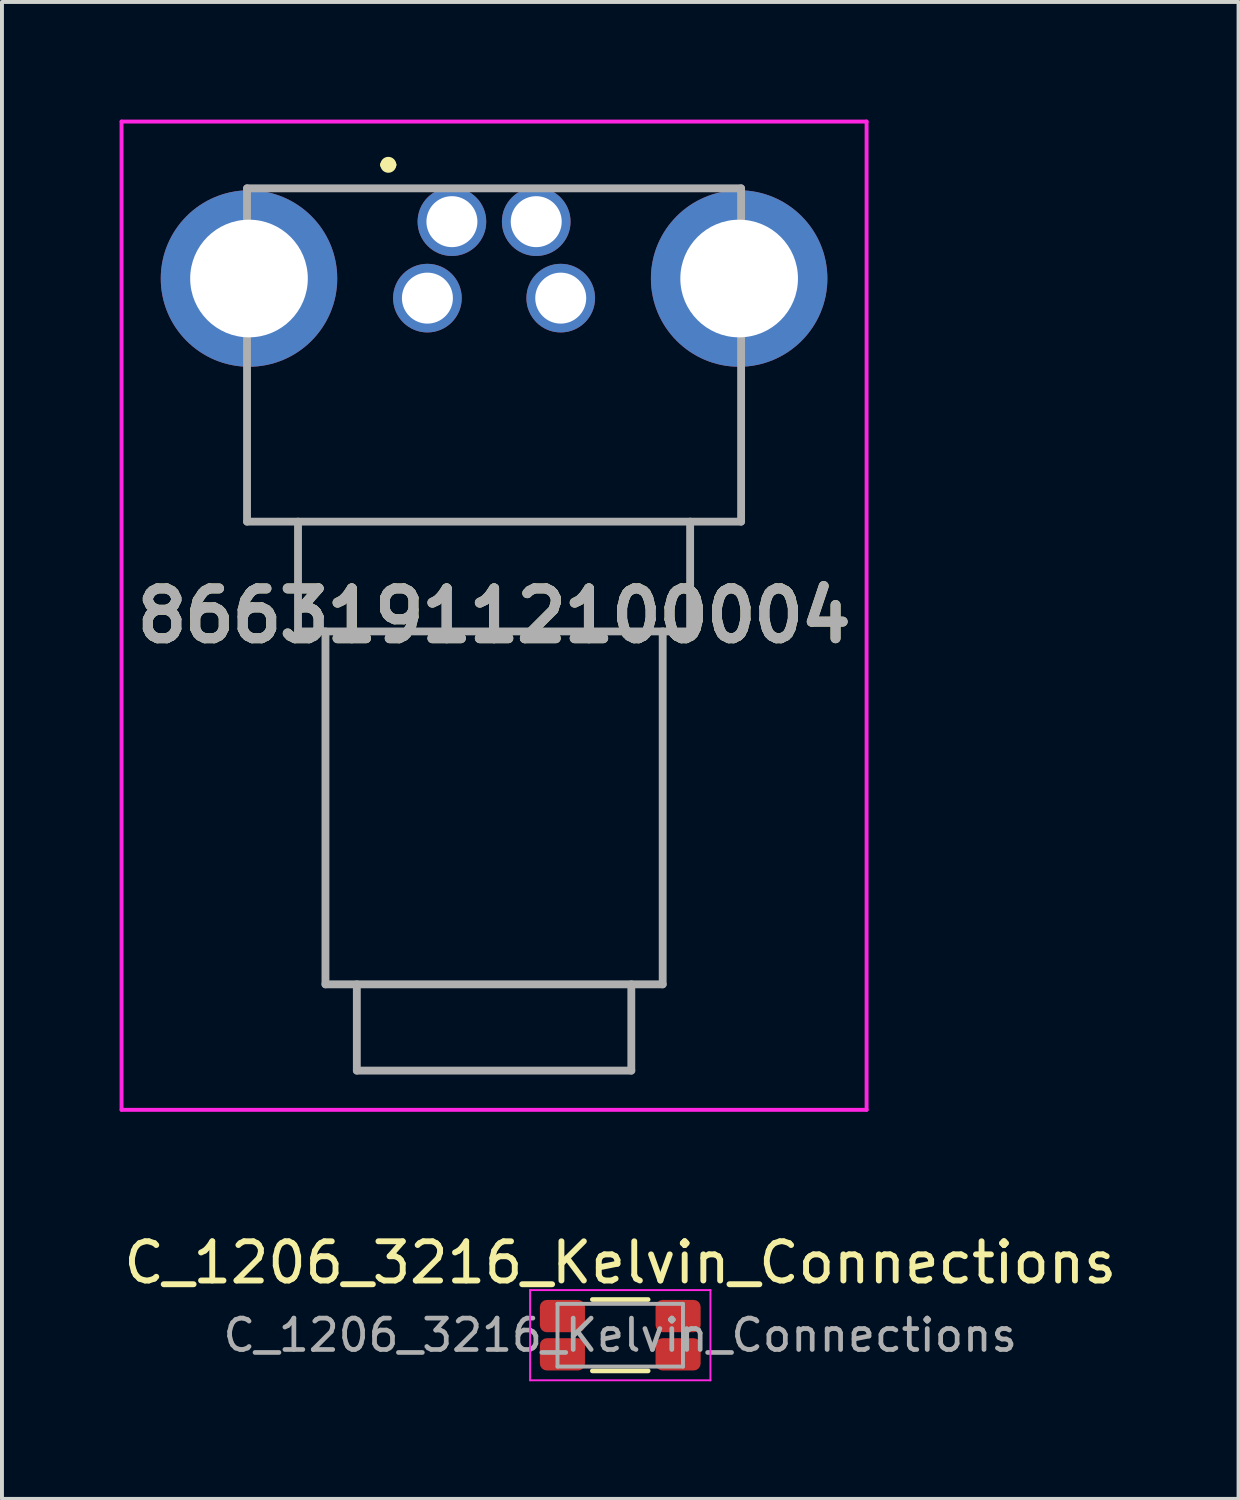
<source format=kicad_pcb>
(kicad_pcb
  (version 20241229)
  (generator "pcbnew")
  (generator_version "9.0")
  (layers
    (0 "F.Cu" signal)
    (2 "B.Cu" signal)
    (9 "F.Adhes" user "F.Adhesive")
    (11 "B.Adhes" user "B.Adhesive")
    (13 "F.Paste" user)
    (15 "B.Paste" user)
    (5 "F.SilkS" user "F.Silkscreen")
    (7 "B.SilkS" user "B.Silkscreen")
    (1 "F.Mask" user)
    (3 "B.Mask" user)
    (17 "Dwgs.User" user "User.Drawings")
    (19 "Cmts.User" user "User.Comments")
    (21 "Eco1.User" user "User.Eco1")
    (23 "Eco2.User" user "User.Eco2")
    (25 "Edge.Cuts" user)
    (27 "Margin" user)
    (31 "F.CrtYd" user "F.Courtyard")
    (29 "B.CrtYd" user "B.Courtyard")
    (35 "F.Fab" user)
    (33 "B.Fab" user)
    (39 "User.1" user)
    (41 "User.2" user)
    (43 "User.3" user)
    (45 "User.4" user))
  (footprint "866319112100004"
    (layer "F.Cu")
    (at 7.85 4.553)
    (property "Reference" "866319112100004" (at 1.7 8.099 0) (layer "F.SilkS") (effects (font (size 1.27 1.27) (thickness 0.254))))
    (attr through_hole)
    (fp_line (start -4.6 2.5) (end -4.6 5.7) (stroke (width 0.1) (type solid)) (layer "F.SilkS"))
    (fp_line (start -4.6 5.7) (end 8 5.7) (stroke (width 0.1) (type solid)) (layer "F.SilkS"))
    (fp_line (start -1.1 -3.4) (end -1.1 -3.4) (stroke (width 0.2) (type solid)) (layer "F.SilkS"))
    (fp_line (start -0.894 -3.4) (end -0.894 -3.4) (stroke (width 0.2) (type solid)) (layer "F.SilkS"))
    (fp_line (start 8 5.7) (end 8 2.5) (stroke (width 0.1) (type solid)) (layer "F.SilkS"))
    (fp_arc (start -1.1 -3.4) (mid -0.997 -3.503) (end -0.894 -3.4) (stroke (width 0.2) (type solid)) (layer "F.SilkS"))
    (fp_arc (start -0.894 -3.4) (mid -0.997 -3.297) (end -1.1 -3.4) (stroke (width 0.2) (type solid)) (layer "F.SilkS"))
    (fp_line (start -7.8 -4.503) (end 11.2 -4.503) (stroke (width 0.1) (type solid)) (layer "F.CrtYd"))
    (fp_line (start -7.8 20.7) (end -7.8 -4.503) (stroke (width 0.1) (type solid)) (layer "F.CrtYd"))
    (fp_line (start 11.2 -4.503) (end 11.2 20.7) (stroke (width 0.1) (type solid)) (layer "F.CrtYd"))
    (fp_line (start 11.2 20.7) (end -7.8 20.7) (stroke (width 0.1) (type solid)) (layer "F.CrtYd"))
    (fp_line (start -4.6 -2.8) (end 8 -2.8) (stroke (width 0.2) (type solid)) (layer "F.Fab"))
    (fp_line (start -4.6 5.7) (end -4.6 -2.8) (stroke (width 0.2) (type solid)) (layer "F.Fab"))
    (fp_line (start -3.3 5.7) (end -3.3 8.5) (stroke (width 0.2) (type solid)) (layer "F.Fab"))
    (fp_line (start -3.3 8.5) (end 6.7 8.5) (stroke (width 0.2) (type solid)) (layer "F.Fab"))
    (fp_line (start -2.6 8.5) (end -2.6 17.5) (stroke (width 0.2) (type solid)) (layer "F.Fab"))
    (fp_line (start -2.6 17.5) (end 6 17.5) (stroke (width 0.2) (type solid)) (layer "F.Fab"))
    (fp_line (start -1.8 17.5) (end -1.8 19.7) (stroke (width 0.2) (type solid)) (layer "F.Fab"))
    (fp_line (start -1.8 19.7) (end 5.2 19.7) (stroke (width 0.2) (type solid)) (layer "F.Fab"))
    (fp_line (start 5.2 19.7) (end 5.2 17.5) (stroke (width 0.2) (type solid)) (layer "F.Fab"))
    (fp_line (start 6 17.5) (end 6 8.5) (stroke (width 0.2) (type solid)) (layer "F.Fab"))
    (fp_line (start 6.7 8.5) (end 6.7 5.7) (stroke (width 0.2) (type solid)) (layer "F.Fab"))
    (fp_line (start 8 -2.8) (end 8 5.7) (stroke (width 0.2) (type solid)) (layer "F.Fab"))
    (fp_line (start 8 5.7) (end -4.6 5.7) (stroke (width 0.2) (type solid)) (layer "F.Fab"))
    (fp_text user "${REFERENCE}" (at 1.7 8.099 0) (layer "F.Fab") (effects (font (size 1.27 1.27) (thickness 0.254))))
    (pad "1" thru_hole circle (at 0 0) (size 1.75 1.75) (drill 1.3) (layers "*.Cu" "*.Mask"))
    (pad "2" thru_hole circle (at 0.625 -1.95) (size 1.75 1.75) (drill 1.3) (layers "*.Cu" "*.Mask"))
    (pad "3" thru_hole circle (at 3.4 0) (size 1.75 1.75) (drill 1.3) (layers "*.Cu" "*.Mask"))
    (pad "4" thru_hole circle (at 2.775 -1.95) (size 1.75 1.75) (drill 1.3) (layers "*.Cu" "*.Mask"))
    (pad "MH1" thru_hole circle (at -4.55 -0.5) (size 4.5 4.5) (drill 3) (layers "*.Cu" "*.Mask"))
    (pad "MH2" thru_hole circle (at 7.95 -0.5) (size 4.5 4.5) (drill 3) (layers "*.Cu" "*.Mask")))
  (footprint "C_1206_3216_Kelvin_Connections"
    (layer "F.Cu")
    (at 12.768 31.001)
    (property "Reference" "C_1206_3216_Kelvin_Connections" (at 0 -1.85 0) (layer "F.SilkS") (effects (font (size 1 1) (thickness 0.15))))
    (attr smd)
    (fp_line (start -0.711 -0.91) (end 0.711 -0.91) (stroke (width 0.12) (type solid)) (layer "F.SilkS"))
    (fp_line (start -0.711 0.91) (end 0.711 0.91) (stroke (width 0.12) (type solid)) (layer "F.SilkS"))
    (fp_rect (start -1.88 -0.73) (end -1.07 0.73) (stroke (width 0.34) (type solid)) (fill yes) (layer "F.Paste"))
    (fp_rect (start 1.07 -0.73) (end 1.88 0.73) (stroke (width 0.34) (type solid)) (fill yes) (layer "F.Paste"))
    (fp_line (start -2.3 -1.15) (end 2.3 -1.15) (stroke (width 0.05) (type solid)) (layer "F.CrtYd"))
    (fp_line (start -2.3 1.15) (end -2.3 -1.15) (stroke (width 0.05) (type solid)) (layer "F.CrtYd"))
    (fp_line (start 2.3 -1.15) (end 2.3 1.15) (stroke (width 0.05) (type solid)) (layer "F.CrtYd"))
    (fp_line (start 2.3 1.15) (end -2.3 1.15) (stroke (width 0.05) (type solid)) (layer "F.CrtYd"))
    (fp_line (start -1.6 -0.8) (end 1.6 -0.8) (stroke (width 0.1) (type solid)) (layer "F.Fab"))
    (fp_line (start -1.6 0.8) (end -1.6 -0.8) (stroke (width 0.1) (type solid)) (layer "F.Fab"))
    (fp_line (start 1.6 -0.8) (end 1.6 0.8) (stroke (width 0.1) (type solid)) (layer "F.Fab"))
    (fp_line (start 1.6 0.8) (end -1.6 0.8) (stroke (width 0.1) (type solid)) (layer "F.Fab"))
    (fp_text user "${REFERENCE}" (at 0 0 0) (layer "F.Fab") (effects (font (size 0.8 0.8) (thickness 0.12))))
    (pad "1" smd roundrect (at -1.475 -0.488) (size 1.15 0.824) (layers "F.Cu" "F.Mask") (roundrect_rratio 0.217))
    (pad "1" smd roundrect (at -1.475 0.488) (size 1.15 0.824) (layers "F.Cu" "F.Mask") (roundrect_rratio 0.217))
    (pad "2" smd roundrect (at 1.475 -0.488) (size 1.15 0.824) (layers "F.Cu" "F.Mask") (roundrect_rratio 0.217))
    (pad "2" smd roundrect (at 1.475 0.488) (size 1.15 0.824) (layers "F.Cu" "F.Mask") (roundrect_rratio 0.217)))
  (gr_rect
    (start -3 -3)
    (end 28.536 35.176)
    (stroke (width 0.1) (type default))
    (fill no)
    (layer "Edge.Cuts")))
</source>
